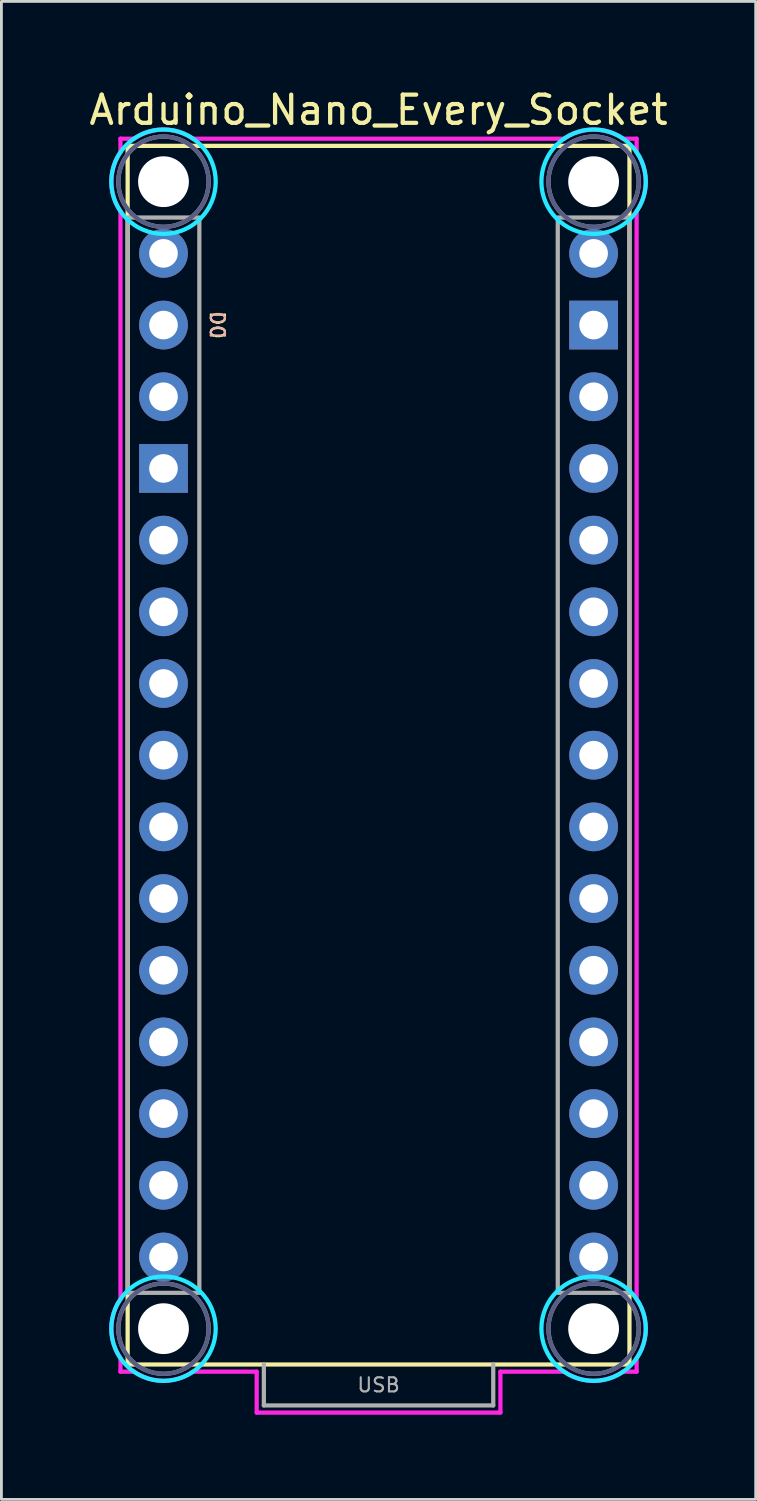
<source format=kicad_pcb>
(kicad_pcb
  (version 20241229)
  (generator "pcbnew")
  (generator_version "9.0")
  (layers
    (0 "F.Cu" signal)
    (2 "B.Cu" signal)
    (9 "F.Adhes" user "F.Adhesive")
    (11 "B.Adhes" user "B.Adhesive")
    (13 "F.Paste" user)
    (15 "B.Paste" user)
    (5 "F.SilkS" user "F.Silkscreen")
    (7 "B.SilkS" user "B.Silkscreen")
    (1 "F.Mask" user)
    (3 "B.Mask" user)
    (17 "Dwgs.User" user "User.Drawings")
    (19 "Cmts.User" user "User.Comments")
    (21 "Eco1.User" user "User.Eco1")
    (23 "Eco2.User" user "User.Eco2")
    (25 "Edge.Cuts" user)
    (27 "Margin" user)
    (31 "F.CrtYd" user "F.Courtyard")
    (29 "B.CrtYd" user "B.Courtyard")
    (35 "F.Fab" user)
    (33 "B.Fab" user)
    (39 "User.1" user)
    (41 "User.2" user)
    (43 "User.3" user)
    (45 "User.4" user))
  (footprint "Arduino_Nano_Every_Socket"
    (layer "F.Cu")
    (at 10.363 45.298)
    (property "Reference" "Arduino_Nano_Every_Socket" (at 0 -44.45 0) (layer "F.SilkS") (effects (font (size 1 1) (thickness 0.15))))
    (attr through_hole)
    (fp_line (start -8.89 -43.18) (end -8.89 0) (stroke (width 0.15) (type solid)) (layer "F.SilkS"))
    (fp_line (start -8.89 -43.18) (end 8.89 -43.18) (stroke (width 0.15) (type solid)) (layer "F.SilkS"))
    (fp_line (start -8.89 0) (end 8.89 0) (stroke (width 0.15) (type solid)) (layer "F.SilkS"))
    (fp_line (start 8.89 -43.18) (end 8.89 0) (stroke (width 0.15) (type solid)) (layer "F.SilkS"))
    (fp_circle (center -7.62 -41.91) (end -5.77 -41.91) (stroke (width 0.15) (type solid)) (fill no) (layer "B.CrtYd"))
    (fp_circle (center -7.62 -1.27) (end -5.77 -1.27) (stroke (width 0.15) (type solid)) (fill no) (layer "B.CrtYd"))
    (fp_circle (center 7.62 -41.91) (end 9.47 -41.91) (stroke (width 0.15) (type solid)) (fill no) (layer "B.CrtYd"))
    (fp_circle (center 7.62 -1.27) (end 9.47 -1.27) (stroke (width 0.15) (type solid)) (fill no) (layer "B.CrtYd"))
    (fp_line (start -9.144 -43.434) (end -8.661 -43.434) (stroke (width 0.15) (type solid)) (layer "F.CrtYd"))
    (fp_line (start -9.144 -42.951) (end -9.144 -43.434) (stroke (width 0.15) (type solid)) (layer "F.CrtYd"))
    (fp_line (start -9.144 -2.311) (end -9.144 -40.869) (stroke (width 0.15) (type solid)) (layer "F.CrtYd"))
    (fp_line (start -9.144 0.254) (end -9.144 -0.229) (stroke (width 0.15) (type solid)) (layer "F.CrtYd"))
    (fp_line (start -8.661 0.254) (end -9.144 0.254) (stroke (width 0.15) (type solid)) (layer "F.CrtYd"))
    (fp_line (start -6.579 -43.434) (end 6.579 -43.434) (stroke (width 0.15) (type solid)) (layer "F.CrtYd"))
    (fp_line (start -4.318 0.254) (end -6.579 0.254) (stroke (width 0.15) (type solid)) (layer "F.CrtYd"))
    (fp_line (start -4.318 1.704) (end -4.318 0.254) (stroke (width 0.15) (type solid)) (layer "F.CrtYd"))
    (fp_line (start 4.318 0.254) (end 4.318 1.704) (stroke (width 0.15) (type solid)) (layer "F.CrtYd"))
    (fp_line (start 4.318 1.704) (end -4.318 1.704) (stroke (width 0.15) (type solid)) (layer "F.CrtYd"))
    (fp_line (start 6.579 0.254) (end 4.318 0.254) (stroke (width 0.15) (type solid)) (layer "F.CrtYd"))
    (fp_line (start 8.661 -43.434) (end 9.144 -43.434) (stroke (width 0.15) (type solid)) (layer "F.CrtYd"))
    (fp_line (start 9.144 -43.434) (end 9.144 -42.951) (stroke (width 0.15) (type solid)) (layer "F.CrtYd"))
    (fp_line (start 9.144 -40.869) (end 9.144 -2.311) (stroke (width 0.15) (type solid)) (layer "F.CrtYd"))
    (fp_line (start 9.144 -0.229) (end 9.144 0.254) (stroke (width 0.15) (type solid)) (layer "F.CrtYd"))
    (fp_line (start 9.144 0.254) (end 8.661 0.254) (stroke (width 0.15) (type solid)) (layer "F.CrtYd"))
    (fp_arc (start -9.144 -40.8686) (mid -9.467363 -41.91) (end -9.144 -42.9514) (stroke (width 0.15) (type solid)) (layer "F.CrtYd"))
    (fp_arc (start -9.144 -0.2286) (mid -9.467363 -1.27) (end -9.144 -2.3114) (stroke (width 0.15) (type solid)) (layer "F.CrtYd"))
    (fp_arc (start -8.6614 -43.434) (mid -7.62 -43.757363) (end -6.5786 -43.434) (stroke (width 0.15) (type solid)) (layer "F.CrtYd"))
    (fp_arc (start -6.5786 0.254) (mid -7.62 0.577363) (end -8.6614 0.254) (stroke (width 0.15) (type solid)) (layer "F.CrtYd"))
    (fp_arc (start 6.5786 -43.434) (mid 7.62 -43.757363) (end 8.6614 -43.434) (stroke (width 0.15) (type solid)) (layer "F.CrtYd"))
    (fp_arc (start 8.6614 0.254) (mid 7.62 0.577363) (end 6.5786 0.254) (stroke (width 0.15) (type solid)) (layer "F.CrtYd"))
    (fp_arc (start 9.144 -42.9514) (mid 9.467363 -41.91) (end 9.144 -40.8686) (stroke (width 0.15) (type solid)) (layer "F.CrtYd"))
    (fp_arc (start 9.144 -2.3114) (mid 9.467363 -1.27) (end 9.144 -0.2286) (stroke (width 0.15) (type solid)) (layer "F.CrtYd"))
    (fp_circle (center -7.62 -41.91) (end -6.02 -41.91) (stroke (width 0.15) (type solid)) (fill no) (layer "B.Fab"))
    (fp_circle (center -7.62 -1.27) (end -6.02 -1.27) (stroke (width 0.15) (type solid)) (fill no) (layer "B.Fab"))
    (fp_circle (center 7.62 -41.91) (end 9.22 -41.91) (stroke (width 0.15) (type solid)) (fill no) (layer "B.Fab"))
    (fp_circle (center 7.62 -1.27) (end 9.22 -1.27) (stroke (width 0.15) (type solid)) (fill no) (layer "B.Fab"))
    (fp_line (start -4.064 0) (end -4.064 1.45) (stroke (width 0.15) (type solid)) (layer "F.Fab"))
    (fp_line (start -4.064 1.45) (end 4.064 1.45) (stroke (width 0.15) (type solid)) (layer "F.Fab"))
    (fp_line (start 4.064 1.45) (end 4.064 0) (stroke (width 0.15) (type solid)) (layer "F.Fab"))
    (fp_rect (start -8.89 -40.64) (end -6.35 -2.54) (stroke (width 0.15) (type solid)) (fill no) (layer "F.Fab"))
    (fp_rect (start 6.35 -40.64) (end 8.89 -2.54) (stroke (width 0.15) (type solid)) (fill no) (layer "F.Fab"))
    (fp_circle (center -7.62 -41.91) (end -6.02 -41.91) (stroke (width 0.15) (type solid)) (fill no) (layer "F.Fab"))
    (fp_circle (center -7.62 -1.27) (end -6.02 -1.27) (stroke (width 0.15) (type solid)) (fill no) (layer "F.Fab"))
    (fp_circle (center 7.62 -41.91) (end 9.22 -41.91) (stroke (width 0.15) (type solid)) (fill no) (layer "F.Fab"))
    (fp_circle (center 7.62 -1.27) (end 9.22 -1.27) (stroke (width 0.15) (type solid)) (fill no) (layer "F.Fab"))
    (fp_text user "D0" (at -5.715 -36.83 270) (unlocked yes) (layer "F.SilkS") (effects (font (size 0.5 0.5) (thickness 0.075))))
    (fp_text user "D0" (at -5.715 -36.83 270) (unlocked yes) (layer "B.SilkS") (effects (font (size 0.5 0.5) (thickness 0.075)) (justify mirror)))
    (fp_text user "USB" (at 0 0.725 0) (layer "F.Fab") (effects (font (size 0.5 0.5) (thickness 0.075))))
    (pad "" np_thru_hole circle (at -7.62 -41.91) (size 1.8 1.8) (drill 1.8) (layers "*.Cu" "*.Mask"))
    (pad "" np_thru_hole circle (at -7.62 -1.27) (size 1.8 1.8) (drill 1.8) (layers "*.Cu" "*.Mask"))
    (pad "" np_thru_hole circle (at 7.62 -41.91) (size 1.8 1.8) (drill 1.8) (layers "*.Cu" "*.Mask"))
    (pad "" np_thru_hole circle (at 7.62 -1.27) (size 1.8 1.8) (drill 1.8) (layers "*.Cu" "*.Mask"))
    (pad "3V3" thru_hole circle (at 7.62 -6.35) (size 1.727 1.727) (drill 1.016) (layers "*.Cu" "*.Mask"))
    (pad "5V" thru_hole circle (at 7.62 -31.75) (size 1.727 1.727) (drill 1.016) (layers "*.Cu" "*.Mask"))
    (pad "A0" thru_hole circle (at 7.62 -11.43) (size 1.727 1.727) (drill 1.016) (layers "*.Cu" "*.Mask"))
    (pad "A1" thru_hole circle (at 7.62 -13.97) (size 1.727 1.727) (drill 1.016) (layers "*.Cu" "*.Mask"))
    (pad "A2" thru_hole circle (at 7.62 -16.51) (size 1.727 1.727) (drill 1.016) (layers "*.Cu" "*.Mask"))
    (pad "A3" thru_hole circle (at 7.62 -19.05) (size 1.727 1.727) (drill 1.016) (layers "*.Cu" "*.Mask"))
    (pad "A4" thru_hole circle (at 7.62 -21.59) (size 1.727 1.727) (drill 1.016) (layers "*.Cu" "*.Mask"))
    (pad "A5" thru_hole circle (at 7.62 -24.13) (size 1.727 1.727) (drill 1.016) (layers "*.Cu" "*.Mask"))
    (pad "A6" thru_hole circle (at 7.62 -26.67) (size 1.727 1.727) (drill 1.016) (layers "*.Cu" "*.Mask"))
    (pad "A7" thru_hole circle (at 7.62 -29.21) (size 1.727 1.727) (drill 1.016) (layers "*.Cu" "*.Mask"))
    (pad "AREF" thru_hole circle (at 7.62 -8.89) (size 1.727 1.727) (drill 1.016) (layers "*.Cu" "*.Mask"))
    (pad "D0" thru_hole circle (at -7.62 -36.83) (size 1.727 1.727) (drill 1.016) (layers "*.Cu" "*.Mask"))
    (pad "D1" thru_hole circle (at -7.62 -39.37) (size 1.727 1.727) (drill 1.016) (layers "*.Cu" "*.Mask"))
    (pad "D2" thru_hole circle (at -7.62 -29.21) (size 1.727 1.727) (drill 1.016) (layers "*.Cu" "*.Mask"))
    (pad "D3" thru_hole circle (at -7.62 -26.67) (size 1.727 1.727) (drill 1.016) (layers "*.Cu" "*.Mask"))
    (pad "D4" thru_hole circle (at -7.62 -24.13) (size 1.727 1.727) (drill 1.016) (layers "*.Cu" "*.Mask"))
    (pad "D5" thru_hole circle (at -7.62 -21.59) (size 1.727 1.727) (drill 1.016) (layers "*.Cu" "*.Mask"))
    (pad "D6" thru_hole circle (at -7.62 -19.05) (size 1.727 1.727) (drill 1.016) (layers "*.Cu" "*.Mask"))
    (pad "D7" thru_hole circle (at -7.62 -16.51) (size 1.727 1.727) (drill 1.016) (layers "*.Cu" "*.Mask"))
    (pad "D8" thru_hole circle (at -7.62 -13.97) (size 1.727 1.727) (drill 1.016) (layers "*.Cu" "*.Mask"))
    (pad "D9" thru_hole circle (at -7.62 -11.43) (size 1.727 1.727) (drill 1.016) (layers "*.Cu" "*.Mask"))
    (pad "D10" thru_hole circle (at -7.62 -8.89) (size 1.727 1.727) (drill 1.016) (layers "*.Cu" "*.Mask"))
    (pad "D11" thru_hole circle (at -7.62 -6.35) (size 1.727 1.727) (drill 1.016) (layers "*.Cu" "*.Mask"))
    (pad "D12" thru_hole circle (at -7.62 -3.81) (size 1.727 1.727) (drill 1.016) (layers "*.Cu" "*.Mask"))
    (pad "D13" thru_hole circle (at 7.62 -3.81) (size 1.727 1.727) (drill 1.016) (layers "*.Cu" "*.Mask"))
    (pad "GND1" thru_hole rect (at -7.62 -31.75) (size 1.727 1.727) (drill 1.016) (layers "*.Cu" "*.Mask"))
    (pad "GND2" thru_hole rect (at 7.62 -36.83) (size 1.727 1.727) (drill 1.016) (layers "*.Cu" "*.Mask"))
    (pad "RST1" thru_hole circle (at -7.62 -34.29) (size 1.727 1.727) (drill 1.016) (layers "*.Cu" "*.Mask"))
    (pad "RST2" thru_hole circle (at 7.62 -34.29) (size 1.727 1.727) (drill 1.016) (layers "*.Cu" "*.Mask"))
    (pad "VIN" thru_hole circle (at 7.62 -39.37) (size 1.727 1.727) (drill 1.016) (layers "*.Cu" "*.Mask")))
  (gr_rect
    (start -3 -3)
    (end 23.726 50.077)
    (stroke (width 0.1) (type default))
    (fill no)
    (layer "Edge.Cuts")))
</source>
